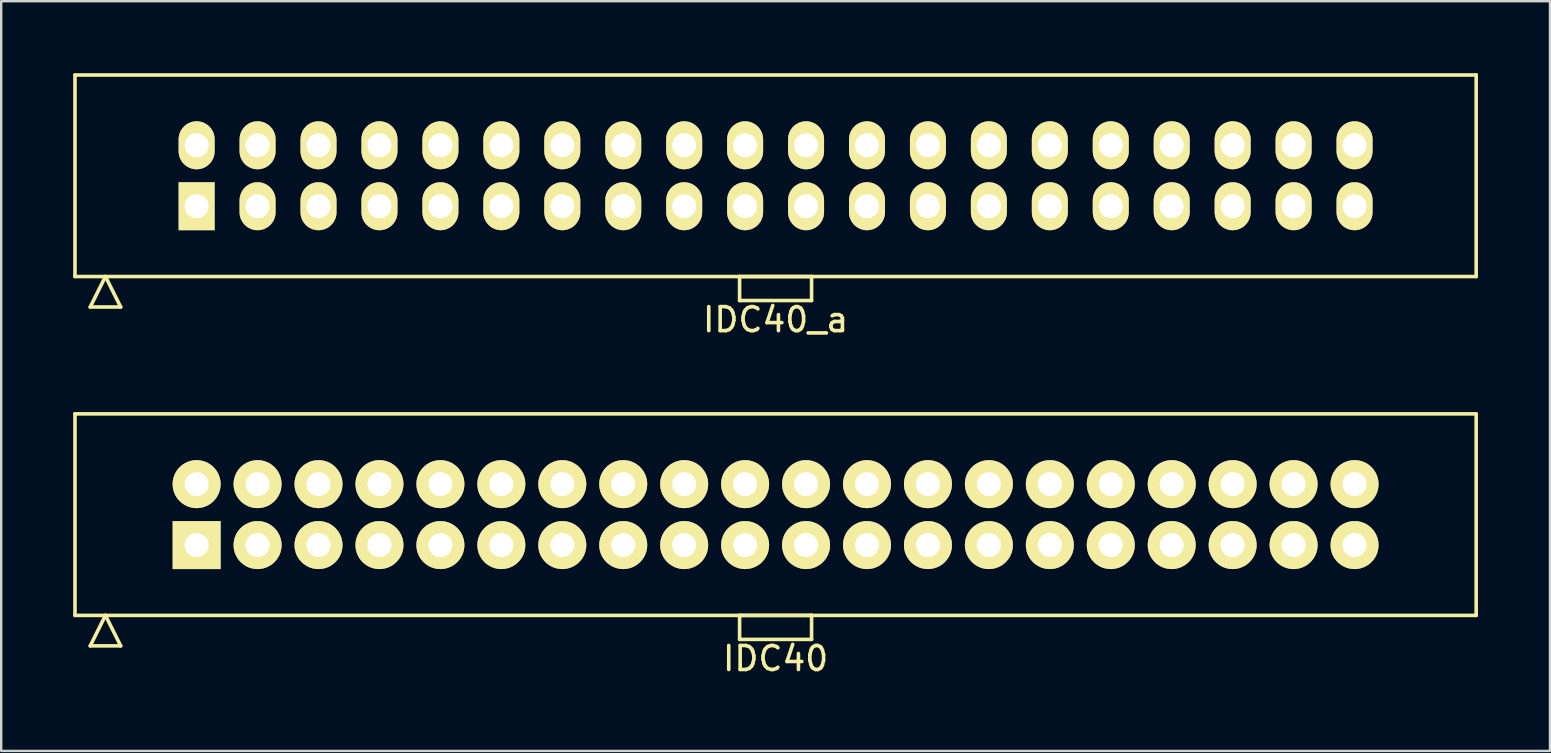
<source format=kicad_pcb>
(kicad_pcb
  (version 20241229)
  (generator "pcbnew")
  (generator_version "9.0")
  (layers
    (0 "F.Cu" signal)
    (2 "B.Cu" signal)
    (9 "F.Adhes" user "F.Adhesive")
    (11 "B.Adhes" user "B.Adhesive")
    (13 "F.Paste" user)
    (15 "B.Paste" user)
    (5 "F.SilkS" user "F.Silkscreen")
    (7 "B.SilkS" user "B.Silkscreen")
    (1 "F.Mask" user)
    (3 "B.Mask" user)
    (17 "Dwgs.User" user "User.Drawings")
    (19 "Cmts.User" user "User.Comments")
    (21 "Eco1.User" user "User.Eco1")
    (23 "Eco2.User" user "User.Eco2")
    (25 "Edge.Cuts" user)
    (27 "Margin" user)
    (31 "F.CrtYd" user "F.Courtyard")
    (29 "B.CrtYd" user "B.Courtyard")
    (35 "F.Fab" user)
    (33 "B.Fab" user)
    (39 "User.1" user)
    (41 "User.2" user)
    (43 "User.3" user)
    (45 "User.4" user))
  (footprint "IDC40"
    (layer "F.Cu")
    (at 29.275 18.398)
    (property "Reference" "IDC40" (at 0 6 0) (layer "F.SilkS") (effects (font (size 1 1) (thickness 0.15))))
    (attr through_hole)
    (fp_line (start -29.2 -4.2) (end -29.2 4.2) (stroke (width 0.15) (type solid)) (layer "F.SilkS"))
    (fp_line (start -29.2 4.2) (end 29.2 4.2) (stroke (width 0.15) (type solid)) (layer "F.SilkS"))
    (fp_line (start -28.565 5.47) (end -27.93 4.2) (stroke (width 0.15) (type solid)) (layer "F.SilkS"))
    (fp_line (start -28.565 5.47) (end -27.295 5.47) (stroke (width 0.15) (type solid)) (layer "F.SilkS"))
    (fp_line (start -27.295 5.47) (end -27.93 4.2) (stroke (width 0.15) (type solid)) (layer "F.SilkS"))
    (fp_line (start -1.5 4.2) (end -1.5 5.2) (stroke (width 0.15) (type solid)) (layer "F.SilkS"))
    (fp_line (start -1.5 5.2) (end 1.5 5.2) (stroke (width 0.15) (type solid)) (layer "F.SilkS"))
    (fp_line (start 1.5 4.2) (end -1.5 4.2) (stroke (width 0.15) (type solid)) (layer "F.SilkS"))
    (fp_line (start 1.5 5.2) (end 1.5 4.2) (stroke (width 0.15) (type solid)) (layer "F.SilkS"))
    (fp_line (start 29.2 -4.2) (end -29.2 -4.2) (stroke (width 0.15) (type solid)) (layer "F.SilkS"))
    (fp_line (start 29.2 4.2) (end 29.2 -4.2) (stroke (width 0.15) (type solid)) (layer "F.SilkS"))
    (pad "1" thru_hole rect (at -24.13 1.27) (size 2 2) (drill 1) (layers "*.Cu" "*.Mask" "F.SilkS"))
    (pad "2" thru_hole oval (at -24.13 -1.27) (size 2 2) (drill 1) (layers "*.Cu" "*.Mask" "F.SilkS"))
    (pad "3" thru_hole oval (at -21.59 1.27) (size 2 2) (drill 1) (layers "*.Cu" "*.Mask" "F.SilkS"))
    (pad "4" thru_hole oval (at -21.59 -1.27) (size 2 2) (drill 1) (layers "*.Cu" "*.Mask" "F.SilkS"))
    (pad "5" thru_hole oval (at -19.05 1.27) (size 2 2) (drill 1) (layers "*.Cu" "*.Mask" "F.SilkS"))
    (pad "6" thru_hole oval (at -19.05 -1.27) (size 2 2) (drill 1) (layers "*.Cu" "*.Mask" "F.SilkS"))
    (pad "7" thru_hole oval (at -16.51 1.27) (size 2 2) (drill 1) (layers "*.Cu" "*.Mask" "F.SilkS"))
    (pad "8" thru_hole oval (at -16.51 -1.27) (size 2 2) (drill 1) (layers "*.Cu" "*.Mask" "F.SilkS"))
    (pad "9" thru_hole oval (at -13.97 1.27) (size 2 2) (drill 1) (layers "*.Cu" "*.Mask" "F.SilkS"))
    (pad "10" thru_hole oval (at -13.97 -1.27) (size 2 2) (drill 1) (layers "*.Cu" "*.Mask" "F.SilkS"))
    (pad "11" thru_hole oval (at -11.43 1.27) (size 2 2) (drill 1) (layers "*.Cu" "*.Mask" "F.SilkS"))
    (pad "12" thru_hole oval (at -11.43 -1.27) (size 2 2) (drill 1) (layers "*.Cu" "*.Mask" "F.SilkS"))
    (pad "13" thru_hole oval (at -8.89 1.27) (size 2 2) (drill 1) (layers "*.Cu" "*.Mask" "F.SilkS"))
    (pad "14" thru_hole oval (at -8.89 -1.27) (size 2 2) (drill 1) (layers "*.Cu" "*.Mask" "F.SilkS"))
    (pad "15" thru_hole oval (at -6.35 1.27) (size 2 2) (drill 1) (layers "*.Cu" "*.Mask" "F.SilkS"))
    (pad "16" thru_hole oval (at -6.35 -1.27) (size 2 2) (drill 1) (layers "*.Cu" "*.Mask" "F.SilkS"))
    (pad "17" thru_hole oval (at -3.81 1.27) (size 2 2) (drill 1) (layers "*.Cu" "*.Mask" "F.SilkS"))
    (pad "18" thru_hole oval (at -3.81 -1.27) (size 2 2) (drill 1) (layers "*.Cu" "*.Mask" "F.SilkS"))
    (pad "19" thru_hole oval (at -1.27 1.27) (size 2 2) (drill 1) (layers "*.Cu" "*.Mask" "F.SilkS"))
    (pad "20" thru_hole oval (at -1.27 -1.27) (size 2 2) (drill 1) (layers "*.Cu" "*.Mask" "F.SilkS"))
    (pad "21" thru_hole oval (at 1.27 1.27) (size 2 2) (drill 1) (layers "*.Cu" "*.Mask" "F.SilkS"))
    (pad "22" thru_hole oval (at 1.27 -1.27) (size 2 2) (drill 1) (layers "*.Cu" "*.Mask" "F.SilkS"))
    (pad "23" thru_hole oval (at 3.81 1.27) (size 2 2) (drill 1) (layers "*.Cu" "*.Mask" "F.SilkS"))
    (pad "24" thru_hole oval (at 3.81 -1.27) (size 2 2) (drill 1) (layers "*.Cu" "*.Mask" "F.SilkS"))
    (pad "25" thru_hole oval (at 6.35 1.27) (size 2 2) (drill 1) (layers "*.Cu" "*.Mask" "F.SilkS"))
    (pad "26" thru_hole oval (at 6.35 -1.27) (size 2 2) (drill 1) (layers "*.Cu" "*.Mask" "F.SilkS"))
    (pad "27" thru_hole oval (at 8.89 1.27) (size 2 2) (drill 1) (layers "*.Cu" "*.Mask" "F.SilkS"))
    (pad "28" thru_hole oval (at 8.89 -1.27) (size 2 2) (drill 1) (layers "*.Cu" "*.Mask" "F.SilkS"))
    (pad "29" thru_hole oval (at 11.43 1.27) (size 2 2) (drill 1) (layers "*.Cu" "*.Mask" "F.SilkS"))
    (pad "30" thru_hole oval (at 11.43 -1.27) (size 2 2) (drill 1) (layers "*.Cu" "*.Mask" "F.SilkS"))
    (pad "31" thru_hole oval (at 13.97 1.27) (size 2 2) (drill 1) (layers "*.Cu" "*.Mask" "F.SilkS"))
    (pad "32" thru_hole oval (at 13.97 -1.27) (size 2 2) (drill 1) (layers "*.Cu" "*.Mask" "F.SilkS"))
    (pad "33" thru_hole oval (at 16.51 1.27) (size 2 2) (drill 1) (layers "*.Cu" "*.Mask" "F.SilkS"))
    (pad "34" thru_hole oval (at 16.51 -1.27) (size 2 2) (drill 1) (layers "*.Cu" "*.Mask" "F.SilkS"))
    (pad "35" thru_hole oval (at 19.05 1.27) (size 2 2) (drill 1) (layers "*.Cu" "*.Mask" "F.SilkS"))
    (pad "36" thru_hole oval (at 19.05 -1.27) (size 2 2) (drill 1) (layers "*.Cu" "*.Mask" "F.SilkS"))
    (pad "37" thru_hole oval (at 21.59 1.27) (size 2 2) (drill 1) (layers "*.Cu" "*.Mask" "F.SilkS"))
    (pad "38" thru_hole oval (at 21.59 -1.27) (size 2 2) (drill 1) (layers "*.Cu" "*.Mask" "F.SilkS"))
    (pad "39" thru_hole oval (at 24.13 1.27) (size 2 2) (drill 1) (layers "*.Cu" "*.Mask" "F.SilkS"))
    (pad "40" thru_hole oval (at 24.13 -1.27) (size 2 2) (drill 1) (layers "*.Cu" "*.Mask" "F.SilkS")))
  (footprint "IDC40_a"
    (layer "F.Cu")
    (at 29.275 4.275)
    (property "Reference" "IDC40_a" (at 0 6 0) (layer "F.SilkS") (effects (font (size 1 1) (thickness 0.15))))
    (attr through_hole)
    (fp_line (start -29.2 -4.2) (end -29.2 4.2) (stroke (width 0.15) (type solid)) (layer "F.SilkS"))
    (fp_line (start -29.2 4.2) (end 29.2 4.2) (stroke (width 0.15) (type solid)) (layer "F.SilkS"))
    (fp_line (start -28.565 5.47) (end -27.93 4.2) (stroke (width 0.15) (type solid)) (layer "F.SilkS"))
    (fp_line (start -28.565 5.47) (end -27.295 5.47) (stroke (width 0.15) (type solid)) (layer "F.SilkS"))
    (fp_line (start -27.295 5.47) (end -27.93 4.2) (stroke (width 0.15) (type solid)) (layer "F.SilkS"))
    (fp_line (start -1.5 4.2) (end -1.5 5.2) (stroke (width 0.15) (type solid)) (layer "F.SilkS"))
    (fp_line (start -1.5 5.2) (end 1.5 5.2) (stroke (width 0.15) (type solid)) (layer "F.SilkS"))
    (fp_line (start 1.5 4.2) (end -1.5 4.2) (stroke (width 0.15) (type solid)) (layer "F.SilkS"))
    (fp_line (start 1.5 5.2) (end 1.5 4.2) (stroke (width 0.15) (type solid)) (layer "F.SilkS"))
    (fp_line (start 29.2 -4.2) (end -29.2 -4.2) (stroke (width 0.15) (type solid)) (layer "F.SilkS"))
    (fp_line (start 29.2 4.2) (end 29.2 -4.2) (stroke (width 0.15) (type solid)) (layer "F.SilkS"))
    (pad "1" thru_hole rect (at -24.13 1.27) (size 1.5 2) (drill 1) (layers "*.Cu" "*.Mask" "F.SilkS"))
    (pad "2" thru_hole oval (at -24.13 -1.27) (size 1.5 2) (drill 1) (layers "*.Cu" "*.Mask" "F.SilkS"))
    (pad "3" thru_hole oval (at -21.59 1.27) (size 1.5 2) (drill 1) (layers "*.Cu" "*.Mask" "F.SilkS"))
    (pad "4" thru_hole oval (at -21.59 -1.27) (size 1.5 2) (drill 1) (layers "*.Cu" "*.Mask" "F.SilkS"))
    (pad "5" thru_hole oval (at -19.05 1.27) (size 1.5 2) (drill 1) (layers "*.Cu" "*.Mask" "F.SilkS"))
    (pad "6" thru_hole oval (at -19.05 -1.27) (size 1.5 2) (drill 1) (layers "*.Cu" "*.Mask" "F.SilkS"))
    (pad "7" thru_hole oval (at -16.51 1.27) (size 1.5 2) (drill 1) (layers "*.Cu" "*.Mask" "F.SilkS"))
    (pad "8" thru_hole oval (at -16.51 -1.27) (size 1.5 2) (drill 1) (layers "*.Cu" "*.Mask" "F.SilkS"))
    (pad "9" thru_hole oval (at -13.97 1.27) (size 1.5 2) (drill 1) (layers "*.Cu" "*.Mask" "F.SilkS"))
    (pad "10" thru_hole oval (at -13.97 -1.27) (size 1.5 2) (drill 1) (layers "*.Cu" "*.Mask" "F.SilkS"))
    (pad "11" thru_hole oval (at -11.43 1.27) (size 1.5 2) (drill 1) (layers "*.Cu" "*.Mask" "F.SilkS"))
    (pad "12" thru_hole oval (at -11.43 -1.27) (size 1.5 2) (drill 1) (layers "*.Cu" "*.Mask" "F.SilkS"))
    (pad "13" thru_hole oval (at -8.89 1.27) (size 1.5 2) (drill 1) (layers "*.Cu" "*.Mask" "F.SilkS"))
    (pad "14" thru_hole oval (at -8.89 -1.27) (size 1.5 2) (drill 1) (layers "*.Cu" "*.Mask" "F.SilkS"))
    (pad "15" thru_hole oval (at -6.35 1.27) (size 1.5 2) (drill 1) (layers "*.Cu" "*.Mask" "F.SilkS"))
    (pad "16" thru_hole oval (at -6.35 -1.27) (size 1.5 2) (drill 1) (layers "*.Cu" "*.Mask" "F.SilkS"))
    (pad "17" thru_hole oval (at -3.81 1.27) (size 1.5 2) (drill 1) (layers "*.Cu" "*.Mask" "F.SilkS"))
    (pad "18" thru_hole oval (at -3.81 -1.27) (size 1.5 2) (drill 1) (layers "*.Cu" "*.Mask" "F.SilkS"))
    (pad "19" thru_hole oval (at -1.27 1.27) (size 1.5 2) (drill 1) (layers "*.Cu" "*.Mask" "F.SilkS"))
    (pad "20" thru_hole oval (at -1.27 -1.27) (size 1.5 2) (drill 1) (layers "*.Cu" "*.Mask" "F.SilkS"))
    (pad "21" thru_hole oval (at 1.27 1.27) (size 1.5 2) (drill 1) (layers "*.Cu" "*.Mask" "F.SilkS"))
    (pad "22" thru_hole oval (at 1.27 -1.27) (size 1.5 2) (drill 1) (layers "*.Cu" "*.Mask" "F.SilkS"))
    (pad "23" thru_hole oval (at 3.81 1.27) (size 1.5 2) (drill 1) (layers "*.Cu" "*.Mask" "F.SilkS"))
    (pad "24" thru_hole oval (at 3.81 -1.27) (size 1.5 2) (drill 1) (layers "*.Cu" "*.Mask" "F.SilkS"))
    (pad "25" thru_hole oval (at 6.35 1.27) (size 1.5 2) (drill 1) (layers "*.Cu" "*.Mask" "F.SilkS"))
    (pad "26" thru_hole oval (at 6.35 -1.27) (size 1.5 2) (drill 1) (layers "*.Cu" "*.Mask" "F.SilkS"))
    (pad "27" thru_hole oval (at 8.89 1.27) (size 1.5 2) (drill 1) (layers "*.Cu" "*.Mask" "F.SilkS"))
    (pad "28" thru_hole oval (at 8.89 -1.27) (size 1.5 2) (drill 1) (layers "*.Cu" "*.Mask" "F.SilkS"))
    (pad "29" thru_hole oval (at 11.43 1.27) (size 1.5 2) (drill 1) (layers "*.Cu" "*.Mask" "F.SilkS"))
    (pad "30" thru_hole oval (at 11.43 -1.27) (size 1.5 2) (drill 1) (layers "*.Cu" "*.Mask" "F.SilkS"))
    (pad "31" thru_hole oval (at 13.97 1.27) (size 1.5 2) (drill 1) (layers "*.Cu" "*.Mask" "F.SilkS"))
    (pad "32" thru_hole oval (at 13.97 -1.27) (size 1.5 2) (drill 1) (layers "*.Cu" "*.Mask" "F.SilkS"))
    (pad "33" thru_hole oval (at 16.51 1.27) (size 1.5 2) (drill 1) (layers "*.Cu" "*.Mask" "F.SilkS"))
    (pad "34" thru_hole oval (at 16.51 -1.27) (size 1.5 2) (drill 1) (layers "*.Cu" "*.Mask" "F.SilkS"))
    (pad "35" thru_hole oval (at 19.05 1.27) (size 1.5 2) (drill 1) (layers "*.Cu" "*.Mask" "F.SilkS"))
    (pad "36" thru_hole oval (at 19.05 -1.27) (size 1.5 2) (drill 1) (layers "*.Cu" "*.Mask" "F.SilkS"))
    (pad "37" thru_hole oval (at 21.59 1.27) (size 1.5 2) (drill 1) (layers "*.Cu" "*.Mask" "F.SilkS"))
    (pad "38" thru_hole oval (at 21.59 -1.27) (size 1.5 2) (drill 1) (layers "*.Cu" "*.Mask" "F.SilkS"))
    (pad "39" thru_hole oval (at 24.13 1.27) (size 1.5 2) (drill 1) (layers "*.Cu" "*.Mask" "F.SilkS"))
    (pad "40" thru_hole oval (at 24.13 -1.27) (size 1.5 2) (drill 1) (layers "*.Cu" "*.Mask" "F.SilkS")))
  (gr_rect
    (start -3 -3)
    (end 61.55 28.247)
    (stroke (width 0.1) (type default))
    (fill no)
    (layer "Edge.Cuts")))
</source>
